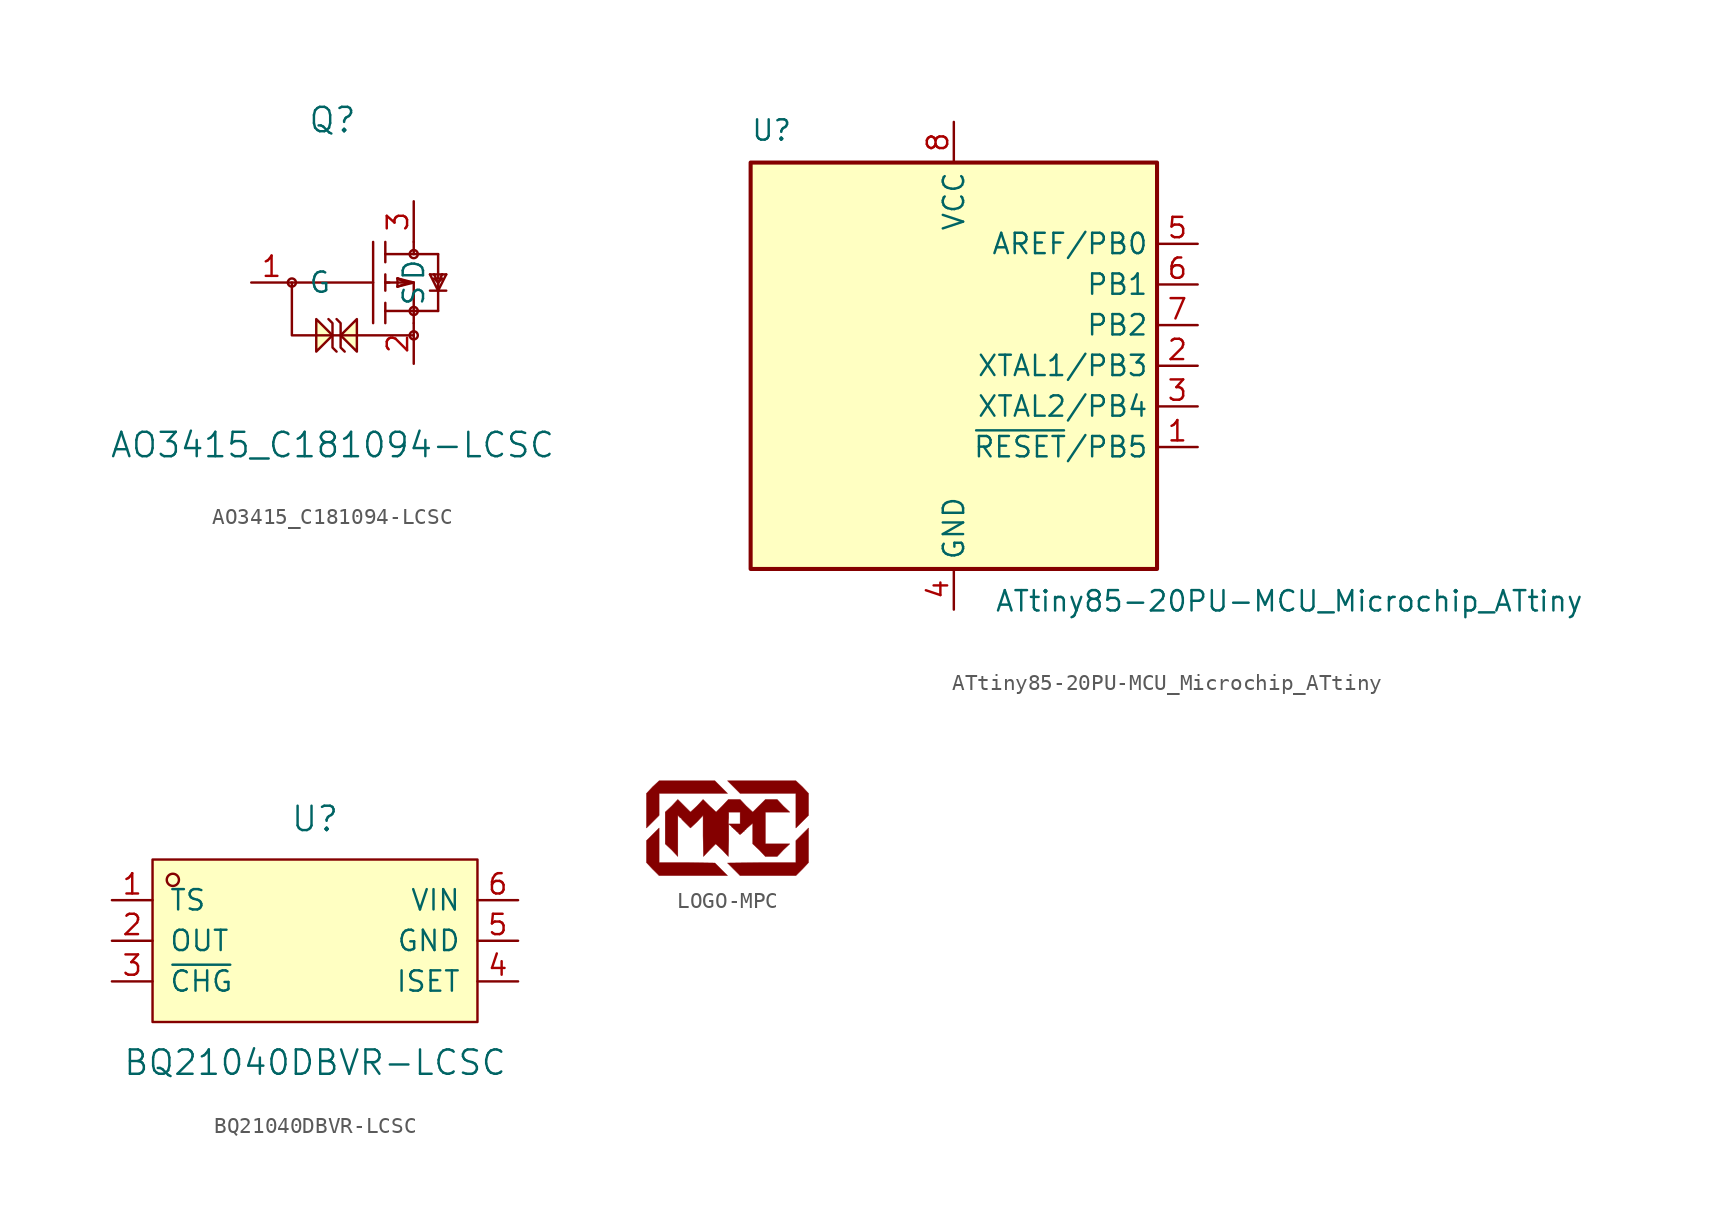
<source format=kicad_sym>
(kicad_symbol_lib
  (version 20211014)
  (generator kicad_symbol_editor)
  (symbol "AO3415_C181094-LCSC"
    (pin_names
      (offset 1.016))
    (property "Reference" "Q"
      (at 0 10.16 0)
      (effects (font (size 1.524 1.524))))
    (property "Value" "AO3415_C181094-LCSC"
      (at 0 -10.16 0)
      (effects (font (size 1.524 1.524))))
    (property "ki_locked" ""
      (at 0 0 0)
      (effects (font (size 1.27 1.27))))
    (symbol "AO3415_C181094-LCSC_1_1"
      (circle (center -2.54 0) (radius 0.254) (stroke (width 0) (type default) (color 0 0 0 0)) (fill (type none)))
      (polyline (pts (xy 2.54 2.54) (xy 2.54 -2.54)) (stroke (width 0) (type default) (color 0 0 0 0)) (fill (type none)))
      (polyline (pts (xy 3.302 -2.54) (xy 3.302 -1.778)) (stroke (width 0) (type default) (color 0 0 0 0)) (fill (type none)))
      (polyline (pts (xy 3.302 -1.778) (xy 3.302 -1.27)) (stroke (width 0) (type default) (color 0 0 0 0)) (fill (type none)))
      (polyline (pts (xy 3.302 -1.778) (xy 5.08 -1.778)) (stroke (width 0) (type default) (color 0 0 0 0)) (fill (type none)))
      (polyline (pts (xy 3.302 0) (xy 3.302 -0.508)) (stroke (width 0) (type default) (color 0 0 0 0)) (fill (type none)))
      (polyline (pts (xy 3.302 0.508) (xy 3.302 0)) (stroke (width 0) (type default) (color 0 0 0 0)) (fill (type none)))
      (polyline (pts (xy 3.302 1.778) (xy 3.302 1.27)) (stroke (width 0) (type default) (color 0 0 0 0)) (fill (type none)))
      (polyline (pts (xy 3.302 2.54) (xy 3.302 1.778)) (stroke (width 0) (type default) (color 0 0 0 0)) (fill (type none)))
      (polyline (pts (xy 3.556 0) (xy 3.302 0)) (stroke (width 0) (type default) (color 0 0 0 0)) (fill (type none)))
      (polyline (pts (xy 4.064 -0.254) (xy 4.826 0)) (stroke (width 0) (type default) (color 0 0 0 0)) (fill (type none)))
      (polyline (pts (xy 4.064 0.254) (xy 4.064 -0.254)) (stroke (width 0) (type default) (color 0 0 0 0)) (fill (type none)))
      (polyline (pts (xy 4.064 0.254) (xy 4.572 0)) (stroke (width 0) (type default) (color 0 0 0 0)) (fill (type none)))
      (polyline (pts (xy 4.826 0) (xy 3.302 0)) (stroke (width 0) (type default) (color 0 0 0 0)) (fill (type none)))
      (polyline (pts (xy 4.826 0) (xy 4.064 0.254)) (stroke (width 0) (type default) (color 0 0 0 0)) (fill (type none)))
      (polyline (pts (xy 5.08 -1.778) (xy 5.08 -2.54)) (stroke (width 0) (type default) (color 0 0 0 0)) (fill (type none)))
      (polyline (pts (xy 5.08 0) (xy 4.064 -0.254)) (stroke (width 0) (type default) (color 0 0 0 0)) (fill (type none)))
      (polyline (pts (xy 5.08 0) (xy 4.064 0.254)) (stroke (width 0) (type default) (color 0 0 0 0)) (fill (type none)))
      (polyline (pts (xy 5.08 0) (xy 5.08 -1.778)) (stroke (width 0) (type default) (color 0 0 0 0)) (fill (type none)))
      (polyline (pts (xy 5.08 2.54) (xy 5.08 1.778)) (stroke (width 0) (type default) (color 0 0 0 0)) (fill (type none)))
      (polyline (pts (xy 6.096 -0.508) (xy 6.604 -0.508)) (stroke (width 0) (type default) (color 0 0 0 0)) (fill (type none)))
      (polyline (pts (xy 6.096 0.508) (xy 6.35 0.508)) (stroke (width 0) (type default) (color 0 0 0 0)) (fill (type none)))
      (polyline (pts (xy 6.35 0.254) (xy 6.604 0)) (stroke (width 0) (type default) (color 0 0 0 0)) (fill (type none)))
      (polyline (pts (xy 6.35 0.508) (xy 6.604 0)) (stroke (width 0) (type default) (color 0 0 0 0)) (fill (type none)))
      (polyline (pts (xy 6.35 0.508) (xy 6.858 0.508)) (stroke (width 0) (type default) (color 0 0 0 0)) (fill (type none)))
      (polyline (pts (xy 6.604 -1.778) (xy 5.08 -1.778)) (stroke (width 0) (type default) (color 0 0 0 0)) (fill (type none)))
      (polyline (pts (xy 6.604 -1.778) (xy 6.604 0)) (stroke (width 0) (type default) (color 0 0 0 0)) (fill (type none)))
      (polyline (pts (xy 6.604 -0.508) (xy 6.096 0.508)) (stroke (width 0) (type default) (color 0 0 0 0)) (fill (type none)))
      (polyline (pts (xy 6.604 -0.508) (xy 7.112 -0.508)) (stroke (width 0) (type default) (color 0 0 0 0)) (fill (type none)))
      (polyline (pts (xy 6.604 0) (xy 6.604 -0.508)) (stroke (width 0) (type default) (color 0 0 0 0)) (fill (type none)))
      (polyline (pts (xy 6.604 0) (xy 6.858 0.254)) (stroke (width 0) (type default) (color 0 0 0 0)) (fill (type none)))
      (polyline (pts (xy 6.604 0) (xy 6.858 0.508)) (stroke (width 0) (type default) (color 0 0 0 0)) (fill (type none)))
      (polyline (pts (xy 6.604 0.254) (xy 6.604 1.778)) (stroke (width 0) (type default) (color 0 0 0 0)) (fill (type none)))
      (polyline (pts (xy 6.858 0.508) (xy 7.112 0.508)) (stroke (width 0) (type default) (color 0 0 0 0)) (fill (type none)))
      (polyline (pts (xy 7.112 0.508) (xy 6.604 -0.508)) (stroke (width 0) (type default) (color 0 0 0 0)) (fill (type none)))
      (polyline (pts (xy 0.254 -4.318) (xy 0 -4.064) (xy 0 -2.54) (xy -0.254 -2.286)) (stroke (width 0) (type default) (color 0 0 0 0)) (fill (type none)))
      (polyline (pts (xy 0.254 -2.286) (xy 0.508 -2.54) (xy 0.508 -4.064) (xy 0.762 -4.318)) (stroke (width 0) (type default) (color 0 0 0 0)) (fill (type none)))
      (polyline (pts (xy 3.302 1.778) (xy 6.604 1.778) (xy 6.604 1.778) (xy 6.604 1.778)) (stroke (width 0) (type default) (color 0 0 0 0)) (fill (type none)))
      (polyline (pts (xy 5.08 -3.302) (xy -2.54 -3.302) (xy -2.54 0) (xy 2.54 0)) (stroke (width 0) (type default) (color 0 0 0 0)) (fill (type none)))
      (polyline (pts (xy -1.016 -2.286) (xy -1.016 -4.318) (xy 0 -3.302) (xy -1.016 -2.286) (xy -1.016 -2.286)) (stroke (width 0) (type default) (color 0 0 0 0)) (fill (type background)))
      (polyline (pts (xy 1.524 -4.318) (xy 1.524 -2.286) (xy 0.508 -3.302) (xy 1.524 -4.318) (xy 1.524 -4.318)) (stroke (width 0) (type default) (color 0 0 0 0)) (fill (type background)))
      (circle (center 5.08 -3.302) (radius 0.254) (stroke (width 0) (type default) (color 0 0 0 0)) (fill (type none)))
      (circle (center 5.08 -1.778) (radius 0.254) (stroke (width 0) (type default) (color 0 0 0 0)) (fill (type none)))
      (circle (center 5.08 1.778) (radius 0.254) (stroke (width 0) (type default) (color 0 0 0 0)) (fill (type none)))
      (pin input line (at -5.08 0 0) (length 2.54) (name "G" (effects (font (size 1.27 1.27)))) (number "1" (effects (font (size 1.27 1.27)))))
      (pin passive line (at 5.08 -5.08 90) (length 2.54) (name "S" (effects (font (size 1.27 1.27)))) (number "2" (effects (font (size 1.27 1.27)))))
      (pin passive line (at 5.08 5.08 270) (length 2.54) (name "D" (effects (font (size 1.27 1.27)))) (number "3" (effects (font (size 1.27 1.27)))))))
  (symbol "ATtiny85-20PU-MCU_Microchip_ATtiny"
    (property "Reference" "U"
      (at -12.7 13.97 0)
      (effects (font (size 1.27 1.27)) (justify left bottom)))
    (property "Value" "ATtiny85-20PU-MCU_Microchip_ATtiny"
      (at 2.54 -13.97 0)
      (effects (font (size 1.27 1.27)) (justify left top)))
    (symbol "ATtiny85-20PU-MCU_Microchip_ATtiny_0_1"
      (rectangle (start -12.7 -12.7) (end 12.7 12.7) (stroke (width 0.254) (type default) (color 0 0 0 0)) (fill (type background))))
    (symbol "ATtiny85-20PU-MCU_Microchip_ATtiny_1_1"
      (pin bidirectional line (at 15.24 -5.08 180) (length 2.54) (name "~{RESET}/PB5" (effects (font (size 1.27 1.27)))) (number "1" (effects (font (size 1.27 1.27)))))
      (pin bidirectional line (at 15.24 0 180) (length 2.54) (name "XTAL1/PB3" (effects (font (size 1.27 1.27)))) (number "2" (effects (font (size 1.27 1.27)))))
      (pin bidirectional line (at 15.24 -2.54 180) (length 2.54) (name "XTAL2/PB4" (effects (font (size 1.27 1.27)))) (number "3" (effects (font (size 1.27 1.27)))))
      (pin power_in line (at 0 -15.24 90) (length 2.54) (name "GND" (effects (font (size 1.27 1.27)))) (number "4" (effects (font (size 1.27 1.27)))))
      (pin bidirectional line (at 15.24 7.62 180) (length 2.54) (name "AREF/PB0" (effects (font (size 1.27 1.27)))) (number "5" (effects (font (size 1.27 1.27)))))
      (pin bidirectional line (at 15.24 5.08 180) (length 2.54) (name "PB1" (effects (font (size 1.27 1.27)))) (number "6" (effects (font (size 1.27 1.27)))))
      (pin bidirectional line (at 15.24 2.54 180) (length 2.54) (name "PB2" (effects (font (size 1.27 1.27)))) (number "7" (effects (font (size 1.27 1.27)))))
      (pin power_in line (at 0 15.24 270) (length 2.54) (name "VCC" (effects (font (size 1.27 1.27)))) (number "8" (effects (font (size 1.27 1.27)))))))
  (symbol "BQ21040DBVR-LCSC"
    (pin_names
      (offset 1.016))
    (property "Reference" "U"
      (at 0 7.62 0)
      (effects (font (size 1.524 1.524))))
    (property "Value" "BQ21040DBVR-LCSC"
      (at 0 -7.62 0)
      (effects (font (size 1.524 1.524))))
    (property "ki_locked" ""
      (at 0 0 0)
      (effects (font (size 1.27 1.27))))
    (symbol "BQ21040DBVR-LCSC_1_1"
      (rectangle (start -10.16 5.08) (end 10.16 -5.08) (stroke (width 0) (type default) (color 0 0 0 0)) (fill (type background)))
      (circle (center -8.89 3.81) (radius 0.381) (stroke (width 0) (type default) (color 0 0 0 0)) (fill (type none)))
      (pin input line (at -12.7 2.54 0) (length 2.54) (name "TS" (effects (font (size 1.27 1.27)))) (number "1" (effects (font (size 1.27 1.27)))))
      (pin power_out line (at -12.7 0 0) (length 2.54) (name "OUT" (effects (font (size 1.27 1.27)))) (number "2" (effects (font (size 1.27 1.27)))))
      (pin open_collector line (at -12.7 -2.54 0) (length 2.54) (name "~{CHG}" (effects (font (size 1.27 1.27)))) (number "3" (effects (font (size 1.27 1.27)))))
      (pin input line (at 12.7 -2.54 180) (length 2.54) (name "ISET" (effects (font (size 1.27 1.27)))) (number "4" (effects (font (size 1.27 1.27)))))
      (pin power_in line (at 12.7 0 180) (length 2.54) (name "GND" (effects (font (size 1.27 1.27)))) (number "5" (effects (font (size 1.27 1.27)))))
      (pin power_in line (at 12.7 2.54 180) (length 2.54) (name "VIN" (effects (font (size 1.27 1.27)))) (number "6" (effects (font (size 1.27 1.27)))))))
  (symbol "LOGO-MPC"
    (pin_names
      (offset 1.016))
    (property "Reference" "L"
      (at 0 -2.184 0)
      (effects (font (size 1.524 1.524)) hide))
    (symbol "LOGO-MPC_0_0"
      (polyline (pts (xy -4.267 0.787) (xy -4.267 2.159) (xy 0 2.159) (xy -0.787 2.946) (xy -4.267 2.946) (xy -4.674 2.565) (xy -5.055 2.159) (xy -5.055 0) (xy -4.267 0.787)) (stroke (width 0.025) (type default) (color 0 0 0 0)) (fill (type outline)))
      (polyline (pts (xy 5.055 0.787) (xy 5.055 2.159) (xy 4.674 2.565) (xy 4.267 2.946) (xy 0 2.946) (xy 0.787 2.159) (xy 4.267 2.159) (xy 4.267 0) (xy 5.055 0.787)) (stroke (width 0.025) (type default) (color 0 0 0 0)) (fill (type outline)))
      (polyline (pts (xy -0.787 -2.184) (xy -2.54 -2.159) (xy -4.267 -2.159) (xy -4.267 0) (xy -5.055 -0.787) (xy -5.055 -2.159) (xy -4.674 -2.565) (xy -4.267 -2.972) (xy 0 -2.972) (xy -0.787 -2.184)) (stroke (width 0.025) (type default) (color 0 0 0 0)) (fill (type outline)))
      (polyline (pts (xy 4.674 -2.565) (xy 5.055 -2.159) (xy 5.055 0) (xy 4.267 -0.787) (xy 4.267 -2.159) (xy 2.134 -2.159) (xy 0 -2.184) (xy 0.787 -2.972) (xy 4.267 -2.972) (xy 4.674 -2.565)) (stroke (width 0.025) (type default) (color 0 0 0 0)) (fill (type outline)))
      (polyline (pts (xy 3.48 -1.372) (xy 3.886 -0.991) (xy 2.362 -0.991) (xy 2.362 0.991) (xy 3.886 0.991) (xy 3.48 1.372) (xy 3.099 1.778) (xy 2.362 1.778) (xy 1.575 0.991) (xy 1.168 1.372) (xy 0.787 1.778) (xy 0.051 1.778) (xy -0.33 1.372) (xy -0.711 0.991) (xy -1.118 1.372) (xy -1.524 1.778) (xy -1.905 1.372) (xy -2.311 0.991) (xy -3.099 1.778) (xy -3.48 1.372) (xy -3.886 0.991) (xy -3.886 -0.991) (xy -3.48 -1.372) (xy -3.099 -1.778) (xy -3.099 0.787) (xy -3.048 0.737) (xy -3.023 0.737) (xy -3.023 0.711) (xy -2.946 0.635) (xy -2.896 0.61) (xy -2.87 0.584) (xy -2.845 0.533) (xy -2.311 0) (xy -1.905 0.381) (xy -1.524 0.787) (xy -1.524 0.254) (xy 0.051 0.254) (xy 0.076 0.635) (xy 0.076 0.991) (xy 0.787 0.991) (xy 0.787 0.254) (xy 0.051 0.254) (xy -1.524 0.254) (xy -1.524 -0.483) (xy -1.499 -1.778) (xy -1.118 -1.372) (xy -0.737 -0.991) (xy -0.33 -1.372) (xy 0.051 -1.778) (xy 0.076 -0.762) (xy 0.076 0.254) (xy 0.178 0.152) (xy 0.203 0.152) (xy 0.229 0.127) (xy 0.254 0.076) (xy 0.305 0.025) (xy 0.356 0) (xy 0.381 -0.051) (xy 0.432 -0.076) (xy 0.61 -0.254) (xy 0.66 -0.279) (xy 0.686 -0.305) (xy 0.686 -0.33) (xy 0.737 -0.381) (xy 0.762 -0.381) (xy 0.762 -0.406) (xy 0.813 -0.406) (xy 0.813 -0.381) (xy 0.838 -0.356) (xy 0.864 -0.356) (xy 0.991 -0.229) (xy 1.041 -0.203) (xy 1.067 -0.152) (xy 1.092 -0.127) (xy 1.143 -0.102) (xy 1.168 -0.051) (xy 1.575 0.305) (xy 1.575 -0.991) (xy 1.981 -1.372) (xy 2.362 -1.778) (xy 3.099 -1.778) (xy 3.48 -1.372)) (stroke (width 0.025) (type default) (color 0 0 0 0)) (fill (type outline))))))
</source>
